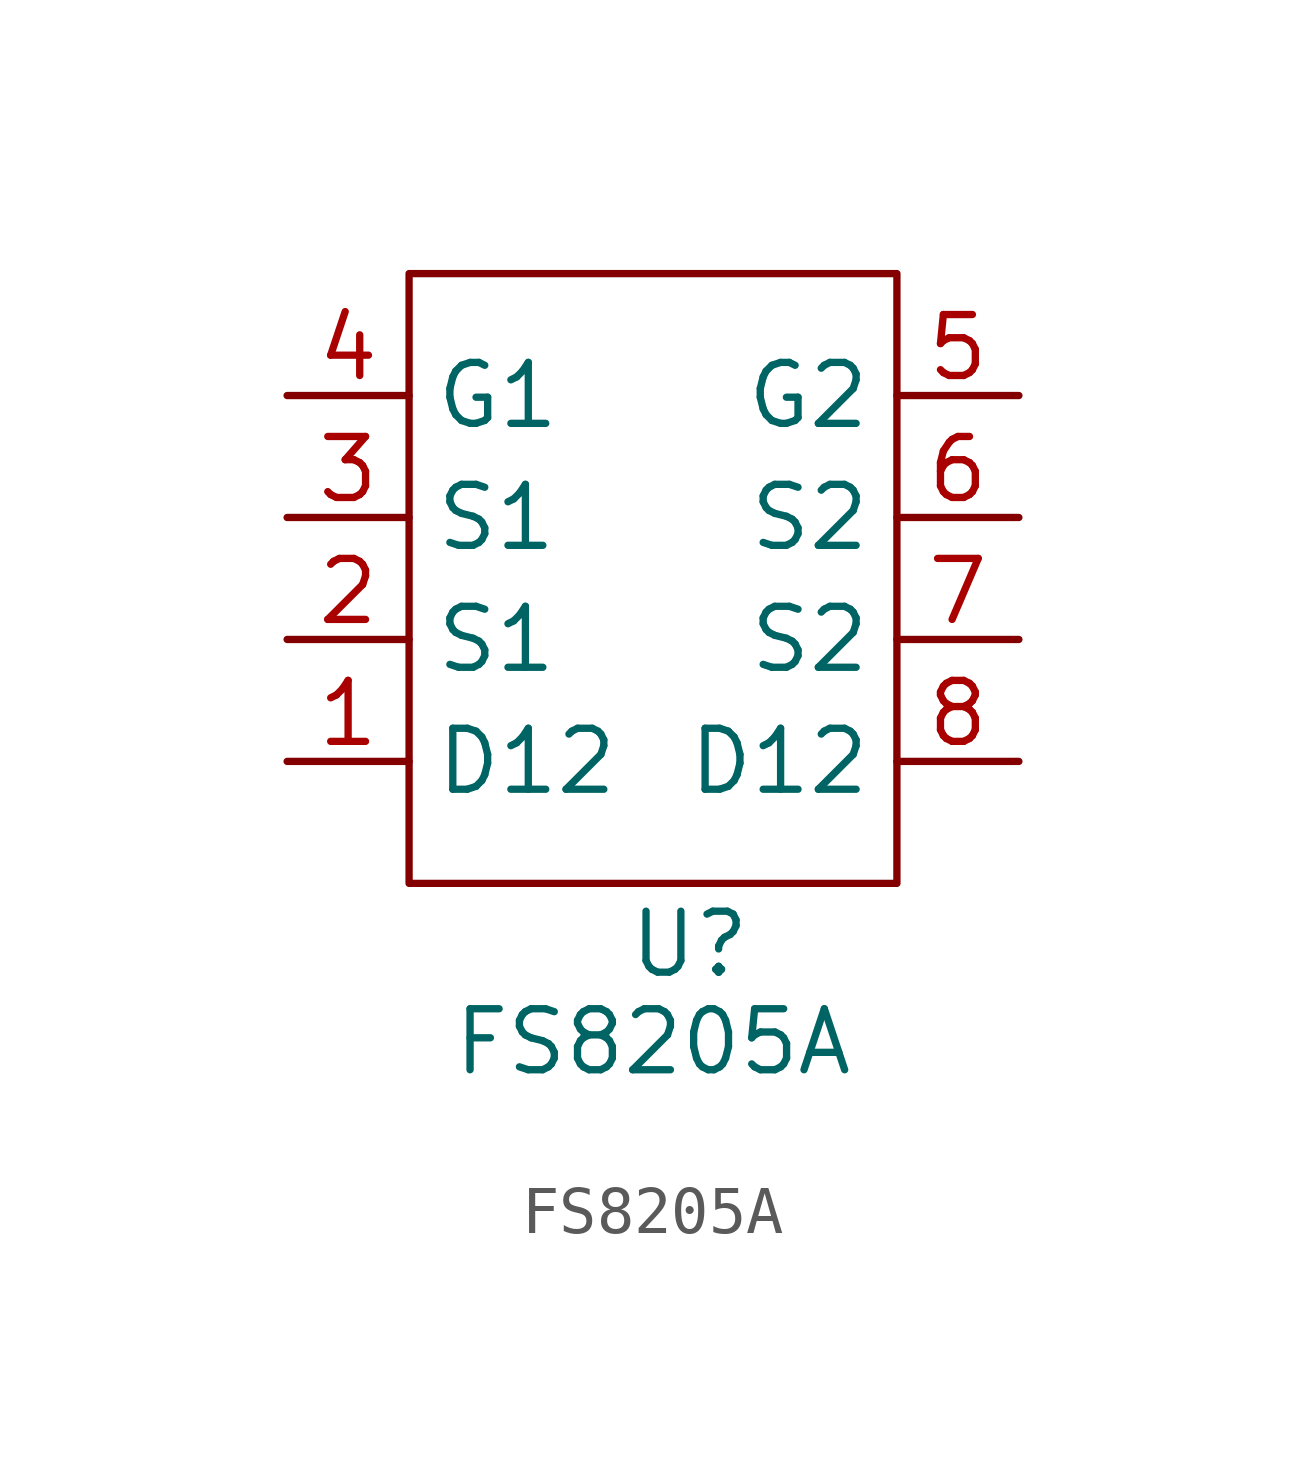
<source format=kicad_sym>
(kicad_symbol_lib
  (version 20220914)
  (generator kicad_symbol_editor)
  (symbol "FS8205A"
    (property "Reference" "U"
      (at 0.762 -1.27 0)
      (effects (font (size 1.27 1.27))))
    (property "Value" "FS8205A"
      (at 0 -3.302 0)
      (effects (font (size 1.27 1.27))))
    (symbol "FS8205A_0_1"
      (rectangle (start -5.08 12.7) (end 5.08 0) (stroke (width 0) (type default)) (fill (type none))))
    (symbol "FS8205A_1_1"
      (pin input line (at -7.62 2.54 0) (length 2.54) (name "D12" (effects (font (size 1.27 1.27)))) (number "1" (effects (font (size 1.27 1.27)))))
      (pin input line (at -7.62 5.08 0) (length 2.54) (name "S1" (effects (font (size 1.27 1.27)))) (number "2" (effects (font (size 1.27 1.27)))))
      (pin input line (at -7.62 7.62 0) (length 2.54) (name "S1" (effects (font (size 1.27 1.27)))) (number "3" (effects (font (size 1.27 1.27)))))
      (pin input line (at -7.62 10.16 0) (length 2.54) (name "G1" (effects (font (size 1.27 1.27)))) (number "4" (effects (font (size 1.27 1.27)))))
      (pin input line (at 7.62 10.16 180) (length 2.54) (name "G2" (effects (font (size 1.27 1.27)))) (number "5" (effects (font (size 1.27 1.27)))))
      (pin input line (at 7.62 7.62 180) (length 2.54) (name "S2" (effects (font (size 1.27 1.27)))) (number "6" (effects (font (size 1.27 1.27)))))
      (pin input line (at 7.62 5.08 180) (length 2.54) (name "S2" (effects (font (size 1.27 1.27)))) (number "7" (effects (font (size 1.27 1.27)))))
      (pin input line (at 7.62 2.54 180) (length 2.54) (name "D12" (effects (font (size 1.27 1.27)))) (number "8" (effects (font (size 1.27 1.27))))))))
</source>
